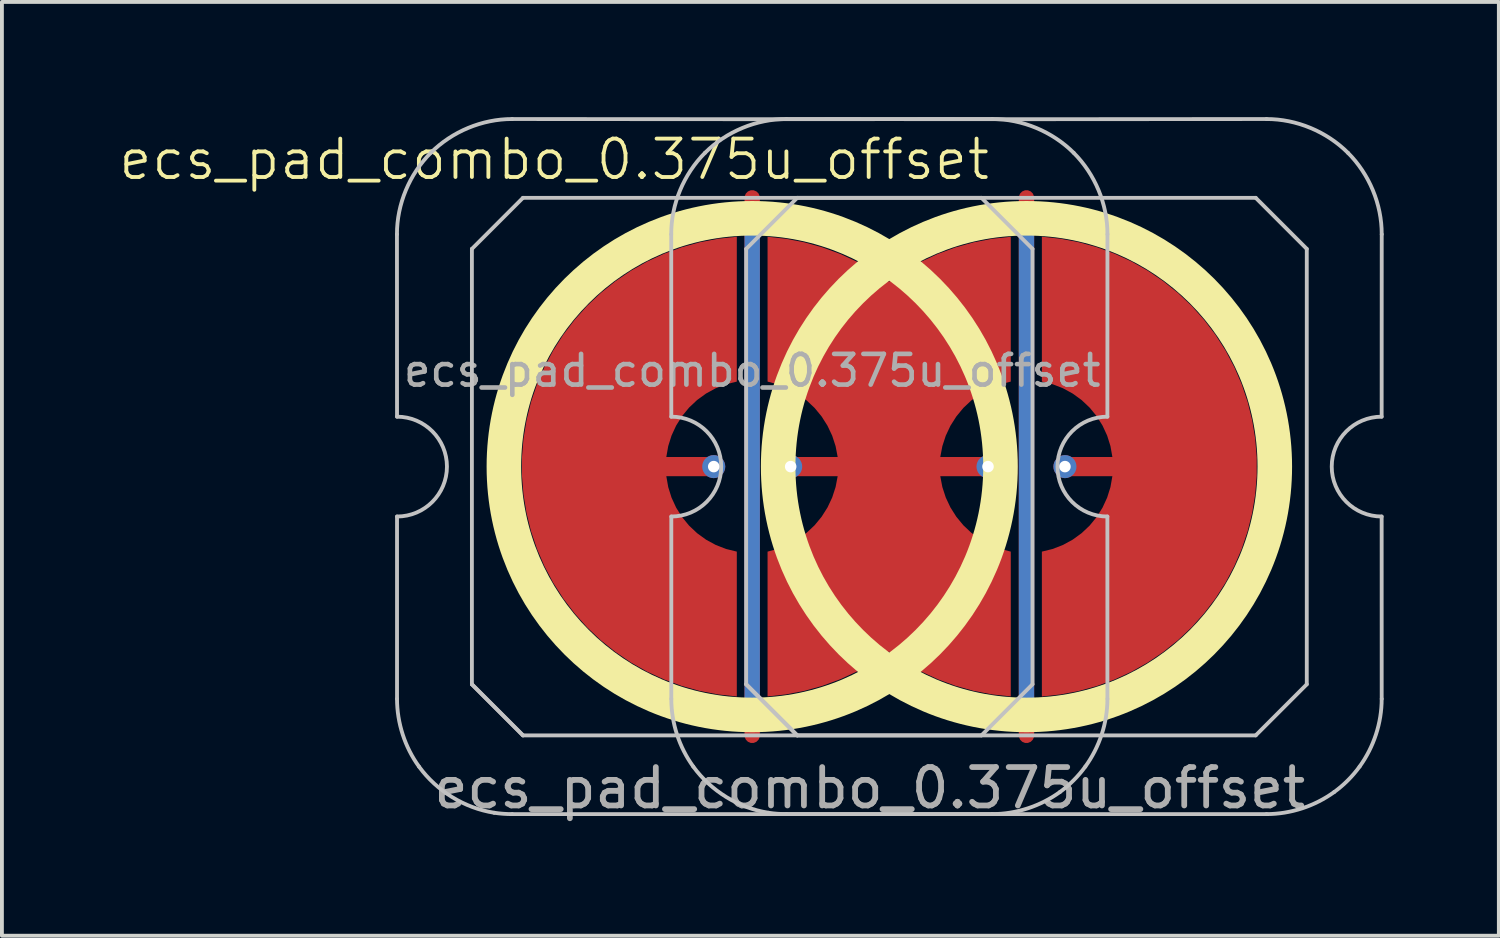
<source format=kicad_pcb>
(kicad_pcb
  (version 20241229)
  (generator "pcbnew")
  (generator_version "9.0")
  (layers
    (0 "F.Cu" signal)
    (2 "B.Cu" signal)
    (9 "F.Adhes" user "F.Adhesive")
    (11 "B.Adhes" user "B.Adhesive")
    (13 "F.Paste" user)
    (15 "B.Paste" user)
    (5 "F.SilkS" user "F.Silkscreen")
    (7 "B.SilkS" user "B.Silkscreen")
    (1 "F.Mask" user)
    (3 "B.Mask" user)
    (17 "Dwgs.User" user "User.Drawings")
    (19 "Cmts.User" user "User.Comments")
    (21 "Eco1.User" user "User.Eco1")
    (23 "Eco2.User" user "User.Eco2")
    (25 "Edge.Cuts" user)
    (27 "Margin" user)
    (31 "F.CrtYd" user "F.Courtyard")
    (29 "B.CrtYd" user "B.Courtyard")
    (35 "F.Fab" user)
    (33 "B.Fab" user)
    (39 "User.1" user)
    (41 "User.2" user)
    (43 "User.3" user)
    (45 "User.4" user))
  (footprint "ecs_pad_combo_0.375u_offset"
    (layer "F.Cu")
    (at 23.683 9.102)
    (property "Reference" "ecs_pad_combo_0.375u_offset" (at -12.3 -8 0) (unlocked yes) (layer "F.SilkS") (effects (font (size 1 1) (thickness 0.1))))
    (attr smd)
    (fp_circle (center -7.143 0) (end -0.676 0) (stroke (width 0.9) (type solid)) (fill no) (layer "F.SilkS"))
    (fp_circle (center 0 0) (end 6.467 0) (stroke (width 0.9) (type solid)) (fill no) (layer "F.SilkS"))
    (fp_line (start -16.395 -6.05) (end -16.393 -1.3) (stroke (width 0.1) (type solid)) (layer "Dwgs.User"))
    (fp_line (start -16.393 1.3) (end -16.393 6.049) (stroke (width 0.1) (type solid)) (layer "Dwgs.User"))
    (fp_line (start -14.443 -5.67) (end -13.113 -7) (stroke (width 0.1) (type solid)) (layer "Dwgs.User"))
    (fp_line (start -14.443 5.67) (end -14.443 -5.67) (stroke (width 0.1) (type solid)) (layer "Dwgs.User"))
    (fp_line (start -14.443 5.67) (end -13.113 7) (stroke (width 0.1) (type solid)) (layer "Dwgs.User"))
    (fp_line (start -13.113 -7) (end -1.173 -7) (stroke (width 0.1) (type solid)) (layer "Dwgs.User"))
    (fp_line (start -13.113 7) (end -14.443 5.67) (stroke (width 0.1) (type solid)) (layer "Dwgs.User"))
    (fp_line (start -9.252 -6.05) (end -9.25 -1.3) (stroke (width 0.1) (type solid)) (layer "Dwgs.User"))
    (fp_line (start -9.25 1.3) (end -9.25 6.049) (stroke (width 0.1) (type solid)) (layer "Dwgs.User"))
    (fp_line (start -7.3 -5.67) (end -5.97 -7) (stroke (width 0.1) (type solid)) (layer "Dwgs.User"))
    (fp_line (start -7.3 5.67) (end -7.3 -5.67) (stroke (width 0.1) (type solid)) (layer "Dwgs.User"))
    (fp_line (start -7.3 5.67) (end -5.97 7) (stroke (width 0.1) (type solid)) (layer "Dwgs.User"))
    (fp_line (start -5.97 -7) (end 5.97 -7) (stroke (width 0.1) (type solid)) (layer "Dwgs.User"))
    (fp_line (start -5.97 7) (end -7.3 5.67) (stroke (width 0.1) (type solid)) (layer "Dwgs.User"))
    (fp_line (start -1.173 -7) (end 0.157 -5.67) (stroke (width 0.1) (type solid)) (layer "Dwgs.User"))
    (fp_line (start -1.173 7) (end -13.113 7) (stroke (width 0.1) (type solid)) (layer "Dwgs.User"))
    (fp_line (start 0.157 -5.67) (end 0.157 5.67) (stroke (width 0.1) (type solid)) (layer "Dwgs.User"))
    (fp_line (start 0.157 5.67) (end -1.173 7) (stroke (width 0.1) (type solid)) (layer "Dwgs.User"))
    (fp_line (start 2.107 1.3) (end 2.108 6.049) (stroke (width 0.1) (type solid)) (layer "Dwgs.User"))
    (fp_line (start 2.109 -6.05) (end 2.107 -1.3) (stroke (width 0.1) (type solid)) (layer "Dwgs.User"))
    (fp_line (start 5.97 -7) (end 7.3 -5.67) (stroke (width 0.1) (type solid)) (layer "Dwgs.User"))
    (fp_line (start 5.97 7) (end -5.97 7) (stroke (width 0.1) (type solid)) (layer "Dwgs.User"))
    (fp_line (start 7.3 -5.67) (end 7.3 5.67) (stroke (width 0.1) (type solid)) (layer "Dwgs.User"))
    (fp_line (start 7.3 5.67) (end 5.97 7) (stroke (width 0.1) (type solid)) (layer "Dwgs.User"))
    (fp_line (start 9.25 1.3) (end 9.251 6.049) (stroke (width 0.1) (type solid)) (layer "Dwgs.User"))
    (fp_line (start 9.252 -6.05) (end 9.25 -1.3) (stroke (width 0.1) (type solid)) (layer "Dwgs.User"))
    (fp_arc (start -16.392954 -1.3) (mid -15.092954 0) (end -16.392954 1.3) (stroke (width 0.1) (type solid)) (layer "Dwgs.User"))
    (fp_arc (start -9.25 -1.3) (mid -7.95 0) (end -9.25 1.3) (stroke (width 0.1) (type solid)) (layer "Dwgs.User"))
    (fp_arc (start 2.107046 1.3) (mid 0.807046 0) (end 2.107046 -1.3) (stroke (width 0.1) (type solid)) (layer "Dwgs.User"))
    (fp_arc (start 9.25 1.3) (mid 7.949996 0) (end 9.25 -1.3) (stroke (width 0.1) (type solid)) (layer "Dwgs.User"))
    (fp_curve (pts (xy -16.393 6.049) (xy -16.393 6.677) (xy -16.189 7.307) (xy -15.82 7.814)) (stroke (width 0.1) (type solid)) (layer "Dwgs.User"))
    (fp_curve (pts (xy -15.82 7.814) (xy -15.358 8.449) (xy -14.639 8.893) (xy -13.863 9.015)) (stroke (width 0.1) (type solid)) (layer "Dwgs.User"))
    (fp_curve (pts (xy -15.514 -8.172) (xy -16.069 -7.618) (xy -16.397 -6.836) (xy -16.395 -6.05)) (stroke (width 0.1) (type solid)) (layer "Dwgs.User"))
    (fp_curve (pts (xy -13.863 9.015) (xy -13.707 9.039) (xy -13.55 9.05) (xy -13.393 9.05)) (stroke (width 0.1) (type solid)) (layer "Dwgs.User"))
    (fp_curve (pts (xy -13.393 9.05) (xy -9.261 9.052) (xy -5.026 9.05) (xy -0.893 9.05)) (stroke (width 0.1) (type solid)) (layer "Dwgs.User"))
    (fp_curve (pts (xy -13.393 -9.052) (xy -14.178 -9.053) (xy -14.96 -8.726) (xy -15.514 -8.172)) (stroke (width 0.1) (type solid)) (layer "Dwgs.User"))
    (fp_curve (pts (xy -9.25 6.049) (xy -9.25 6.677) (xy -9.046 7.307) (xy -8.677 7.814)) (stroke (width 0.1) (type solid)) (layer "Dwgs.User"))
    (fp_curve (pts (xy -8.677 7.814) (xy -8.215 8.449) (xy -7.496 8.893) (xy -6.72 9.015)) (stroke (width 0.1) (type solid)) (layer "Dwgs.User"))
    (fp_curve (pts (xy -8.372 -8.172) (xy -8.926 -7.618) (xy -9.254 -6.836) (xy -9.252 -6.05)) (stroke (width 0.1) (type solid)) (layer "Dwgs.User"))
    (fp_curve (pts (xy -6.72 9.015) (xy -6.564 9.039) (xy -6.407 9.05) (xy -6.25 9.05)) (stroke (width 0.1) (type solid)) (layer "Dwgs.User"))
    (fp_curve (pts (xy -6.25 9.05) (xy -2.118 9.052) (xy 2.117 9.05) (xy 6.25 9.05)) (stroke (width 0.1) (type solid)) (layer "Dwgs.User"))
    (fp_curve (pts (xy -6.25 -9.052) (xy -7.035 -9.053) (xy -7.817 -8.726) (xy -8.372 -8.172)) (stroke (width 0.1) (type solid)) (layer "Dwgs.User"))
    (fp_curve (pts (xy -0.893 -9.052) (xy -5.027 -9.046) (xy -9.259 -9.046) (xy -13.393 -9.052)) (stroke (width 0.1) (type solid)) (layer "Dwgs.User"))
    (fp_curve (pts (xy -0.893 9.05) (xy -0.265 9.05) (xy 0.361 8.844) (xy 0.87 8.476)) (stroke (width 0.1) (type solid)) (layer "Dwgs.User"))
    (fp_curve (pts (xy 0.87 8.476) (xy 1.124 8.291) (xy 1.349 8.066) (xy 1.533 7.812)) (stroke (width 0.1) (type solid)) (layer "Dwgs.User"))
    (fp_curve (pts (xy 1.229 -8.172) (xy 0.674 -8.726) (xy -0.108 -9.053) (xy -0.893 -9.052)) (stroke (width 0.1) (type solid)) (layer "Dwgs.User"))
    (fp_curve (pts (xy 1.533 7.812) (xy 1.902 7.303) (xy 2.108 6.678) (xy 2.108 6.049)) (stroke (width 0.1) (type solid)) (layer "Dwgs.User"))
    (fp_curve (pts (xy 2.109 -6.05) (xy 2.111 -6.836) (xy 1.783 -7.618) (xy 1.229 -8.172)) (stroke (width 0.1) (type solid)) (layer "Dwgs.User"))
    (fp_curve (pts (xy 6.25 -9.052) (xy 2.116 -9.046) (xy -2.116 -9.046) (xy -6.25 -9.052)) (stroke (width 0.1) (type solid)) (layer "Dwgs.User"))
    (fp_curve (pts (xy 6.25 9.05) (xy 6.878 9.05) (xy 7.504 8.844) (xy 8.013 8.476)) (stroke (width 0.1) (type solid)) (layer "Dwgs.User"))
    (fp_curve (pts (xy 8.013 8.476) (xy 8.267 8.291) (xy 8.492 8.066) (xy 8.676 7.812)) (stroke (width 0.1) (type solid)) (layer "Dwgs.User"))
    (fp_curve (pts (xy 8.372 -8.172) (xy 7.817 -8.726) (xy 7.035 -9.053) (xy 6.25 -9.052)) (stroke (width 0.1) (type solid)) (layer "Dwgs.User"))
    (fp_curve (pts (xy 8.676 7.812) (xy 9.045 7.303) (xy 9.251 6.678) (xy 9.251 6.049)) (stroke (width 0.1) (type solid)) (layer "Dwgs.User"))
    (fp_curve (pts (xy 9.252 -6.05) (xy 9.254 -6.836) (xy 8.926 -7.618) (xy 8.372 -8.172)) (stroke (width 0.1) (type solid)) (layer "Dwgs.User"))
    (fp_circle (center -7.143 0) (end -7.143 -1) (stroke (width 0.1) (type default)) (fill no) (layer "Eco1.User"))
    (fp_circle (center 0 0) (end 0 1) (stroke (width 0.1) (type default)) (fill no) (layer "Eco1.User"))
    (fp_text user "${REFERENCE}" (at -4.082 8.37 0) (unlocked yes) (layer "F.Fab") (effects (font (size 1 1) (thickness 0.15))))
    (fp_text user "${REFERENCE}" (at -7.143 -2.5 0) (layer "F.Fab") (effects (font (size 0.8 0.8) (thickness 0.12))))
    (pad "1" thru_hole circle (at -8.145 0 90) (size 0.6 0.6) (drill 0.3) (layers "*.Cu"))
    (pad "1" smd custom (at -8.144 0) (size 0.4 0.4) (layers "F.Cu") (options (anchor circle)) (primitives (gr_poly (pts (xy 0.6 -2.214) (xy 0.32 -2.145) (xy 0.052 -2.041) (xy -0.201 -1.903) (xy -0.434 -1.734) (xy -0.644 -1.536) (xy -0.826 -1.314) (xy -0.979 -1.07) (xy -1.1 -0.808) (xy -1.186 -0.534) (xy -1.236 -0.25) (xy 0 -0.25) (xy 0.096 -0.231) (xy 0.177 -0.177) (xy 0.231 -0.096) (xy 0.25 0) (xy 0.231 0.096) (xy 0.177 0.177) (xy 0.096 0.231) (xy 0 0.25) (xy -1.236 0.25) (xy -1.186 0.534) (xy -1.1 0.808) (xy -0.979 1.07) (xy -0.826 1.314) (xy -0.644 1.536) (xy -0.434 1.734) (xy -0.201 1.903) (xy 0.052 2.041) (xy 0.32 2.145) (xy 0.6 2.214) (xy 0.6 5.987) (xy 0.115 5.934) (xy -0.364 5.843) (xy -0.834 5.713) (xy -1.292 5.545) (xy -1.735 5.341) (xy -2.159 5.101) (xy -2.563 4.827) (xy -2.943 4.522) (xy -3.298 4.187) (xy -3.623 3.824) (xy -3.919 3.436) (xy -4.182 3.025) (xy -4.41 2.594) (xy -4.603 2.147) (xy -4.759 1.684) (xy -4.876 1.211) (xy -4.955 0.73) (xy -4.995 0.244) (xy -4.995 -0.244) (xy -4.955 -0.73) (xy -4.876 -1.211) (xy -4.759 -1.684) (xy -4.603 -2.147) (xy -4.41 -2.594) (xy -4.182 -3.025) (xy -3.919 -3.436) (xy -3.623 -3.824) (xy -3.298 -4.187) (xy -2.943 -4.522) (xy -2.563 -4.827) (xy -2.159 -5.101) (xy -1.735 -5.341) (xy -1.292 -5.545) (xy -0.834 -5.713) (xy -0.364 -5.843) (xy 0.115 -5.934) (xy 0.6 -5.987)) (width 0) (fill yes))))
    (pad "1" smd custom (at 1.001 0 180) (size 0.4 0.4) (layers "F.Cu") (options (anchor circle)) (primitives (gr_poly (pts (xy 0.6 -2.214) (xy 0.32 -2.145) (xy 0.052 -2.041) (xy -0.201 -1.903) (xy -0.434 -1.734) (xy -0.644 -1.536) (xy -0.826 -1.314) (xy -0.979 -1.07) (xy -1.1 -0.808) (xy -1.186 -0.534) (xy -1.236 -0.25) (xy 0 -0.25) (xy 0.096 -0.231) (xy 0.177 -0.177) (xy 0.231 -0.096) (xy 0.25 0) (xy 0.231 0.096) (xy 0.177 0.177) (xy 0.096 0.231) (xy 0 0.25) (xy -1.236 0.25) (xy -1.186 0.534) (xy -1.1 0.808) (xy -0.979 1.07) (xy -0.826 1.314) (xy -0.644 1.536) (xy -0.434 1.734) (xy -0.201 1.903) (xy 0.052 2.041) (xy 0.32 2.145) (xy 0.6 2.214) (xy 0.6 5.987) (xy 0.115 5.934) (xy -0.364 5.843) (xy -0.834 5.713) (xy -1.292 5.545) (xy -1.735 5.341) (xy -2.159 5.101) (xy -2.563 4.827) (xy -2.943 4.522) (xy -3.298 4.187) (xy -3.623 3.824) (xy -3.919 3.436) (xy -4.182 3.025) (xy -4.41 2.594) (xy -4.603 2.147) (xy -4.759 1.684) (xy -4.876 1.211) (xy -4.955 0.73) (xy -4.995 0.244) (xy -4.995 -0.244) (xy -4.955 -0.73) (xy -4.876 -1.211) (xy -4.759 -1.684) (xy -4.603 -2.147) (xy -4.41 -2.594) (xy -4.182 -3.025) (xy -3.919 -3.436) (xy -3.623 -3.824) (xy -3.298 -4.187) (xy -2.943 -4.522) (xy -2.563 -4.827) (xy -2.159 -5.101) (xy -1.735 -5.341) (xy -1.292 -5.545) (xy -0.834 -5.713) (xy -0.364 -5.843) (xy 0.115 -5.934) (xy 0.6 -5.987)) (width 0) (fill yes))))
    (pad "1" thru_hole circle (at 1.002 0 270) (size 0.6 0.6) (drill 0.3) (layers "*.Cu"))
    (pad "2" smd custom (at -6.153 0) (size 0.118 0.118) (layers "F.Cu") (options (anchor circle)) (primitives (gr_poly (pts (xy -0.096 -0.231) (xy -0.177 -0.177) (xy -0.231 -0.096) (xy -0.25 0) (xy -0.231 0.096) (xy -0.177 0.177) (xy -0.096 0.231) (xy 0 0.25) (xy 1.236 0.25) (xy 1.182 0.532) (xy 1.093 0.805) (xy 0.971 1.064) (xy 0.817 1.307) (xy 0.635 1.528) (xy 0.426 1.725) (xy 0.194 1.894) (xy -0.056 2.034) (xy -0.323 2.141) (xy -0.59 2.214) (xy -0.59 5.986) (xy -0.113 5.933) (xy 0.367 5.841) (xy 0.839 5.709) (xy 1.298 5.54) (xy 1.742 5.334) (xy 2.167 5.093) (xy 2.572 4.817) (xy 2.976 5.093) (xy 3.402 5.334) (xy 3.846 5.54) (xy 4.305 5.709) (xy 4.777 5.841) (xy 5.257 5.933) (xy 5.744 5.986) (xy 5.744 2.214) (xy 5.466 2.141) (xy 5.2 2.034) (xy 4.949 1.894) (xy 4.718 1.725) (xy 4.509 1.528) (xy 4.327 1.307) (xy 4.173 1.064) (xy 4.051 0.805) (xy 3.962 0.532) (xy 3.908 0.25) (xy 5.144 0.25) (xy 5.239 0.231) (xy 5.321 0.177) (xy 5.375 0.096) (xy 5.394 0) (xy 5.375 -0.096) (xy 5.321 -0.177) (xy 5.239 -0.231) (xy 5.144 -0.25) (xy 3.908 -0.25) (xy 3.962 -0.532) (xy 4.051 -0.805) (xy 4.173 -1.064) (xy 4.327 -1.307) (xy 4.509 -1.528) (xy 4.718 -1.725) (xy 4.949 -1.894) (xy 5.2 -2.034) (xy 5.466 -2.141) (xy 5.744 -2.214) (xy 5.744 -5.986) (xy 5.257 -5.933) (xy 4.777 -5.841) (xy 4.305 -5.709) (xy 3.846 -5.54) (xy 3.402 -5.334) (xy 2.976 -5.093) (xy 2.572 -4.817) (xy 2.167 -5.093) (xy 1.742 -5.334) (xy 1.298 -5.54) (xy 0.839 -5.709) (xy 0.367 -5.841) (xy -0.113 -5.933) (xy -0.59 -5.986) (xy -0.59 -2.214) (xy -0.323 -2.141) (xy -0.056 -2.034) (xy 0.194 -1.894) (xy 0.426 -1.725) (xy 0.635 -1.528) (xy 0.817 -1.307) (xy 0.971 -1.064) (xy 1.093 -0.805) (xy 1.182 -0.532) (xy 1.236 -0.25) (xy 0 -0.25)) (width 0) (fill yes))))
    (pad "2" thru_hole circle (at -6.141 0 90) (size 0.6 0.6) (drill 0.3) (layers "*.Cu"))
    (pad "2" thru_hole circle (at -1.002 0 270) (size 0.6 0.6) (drill 0.3) (layers "*.Cu"))
    (pad "3" smd custom (at -7.143 0) (size 0.4 0.4) (layers "F.Cu") (options (anchor rect)) (primitives (gr_line (start 0 -7) (end 0 7) (width 0.4))))
    (pad "3" smd custom (at -7.143 0 180) (size 0.4 0.4) (layers "B.Cu") (options (anchor rect)) (primitives (gr_line (start 0 -6.5) (end 0 6.5) (width 0.4))))
    (pad "3" smd custom (at 0 0) (size 0.4 0.4) (layers "F.Cu") (options (anchor rect)) (primitives (gr_line (start 0 -7) (end 0 7) (width 0.4))))
    (pad "3" smd custom (at 0 0) (size 0.4 0.4) (layers "B.Cu") (options (anchor rect)) (primitives (gr_line (start 0 -6.5) (end 0 6.5) (width 0.4))))
    (zone (net_name "") (layer "F.Cu") (hatch edge 0.508) (connect_pads) (min_thickness 0.254) (filled_areas_thickness no) (keepout (tracks allowed) (vias allowed) (pads allowed) (copperpour not_allowed) (footprints allowed)) (placement (enabled no)) (fill) (polygon (pts (xy 23.545 9.102) (xy 23.526 8.589) (xy 23.47 8.078) (xy 23.377 7.574) (xy 23.246 7.077) (xy 23.08 6.591) (xy 22.879 6.119) (xy 22.643 5.663) (xy 22.375 5.225) (xy 22.075 4.808) (xy 21.746 4.415) (xy 21.389 4.046) (xy 21.005 3.704) (xy 20.598 3.392) (xy 20.169 3.11) (xy 19.721 2.86) (xy 19.255 2.644) (xy 18.775 2.463) (xy 18.282 2.317) (xy 17.781 2.208) (xy 17.273 2.135) (xy 16.76 2.1) (xy 16.247 2.103) (xy 15.735 2.143) (xy 15.228 2.221) (xy 14.727 2.335) (xy 14.237 2.486) (xy 13.758 2.673) (xy 13.295 2.894) (xy 12.849 3.148) (xy 12.423 3.435) (xy 12.019 3.751) (xy 11.639 4.097) (xy 11.286 4.469) (xy 10.961 4.867) (xy 10.666 5.287) (xy 10.402 5.727) (xy 10.171 6.186) (xy 9.975 6.66) (xy 9.814 7.147) (xy 9.689 7.645) (xy 9.6 8.151) (xy 9.549 8.662) (xy 9.536 9.175) (xy 9.56 9.688) (xy 9.622 10.198) (xy 9.721 10.701) (xy 9.856 11.196) (xy 10.027 11.68) (xy 10.234 12.15) (xy 10.474 12.604) (xy 10.747 13.039) (xy 11.051 13.453) (xy 11.384 13.843) (xy 11.745 14.208) (xy 12.132 14.546) (xy 12.543 14.854) (xy 12.975 15.131) (xy 13.426 15.376) (xy 13.894 15.587) (xy 14.376 15.764) (xy 14.869 15.904) (xy 15.372 16.009) (xy 15.881 16.076) (xy 16.394 16.105) (xy 16.907 16.097) (xy 17.418 16.051) (xy 17.925 15.968) (xy 18.424 15.849) (xy 18.913 15.692) (xy 19.39 15.501) (xy 19.851 15.275) (xy 20.294 15.016) (xy 20.717 14.725) (xy 21.118 14.404) (xy 21.494 14.055) (xy 21.843 13.679) (xy 22.164 13.278) (xy 22.455 12.855) (xy 22.714 12.412) (xy 22.94 11.951) (xy 23.131 11.475) (xy 23.287 10.985) (xy 23.407 10.486) (xy 23.49 9.98) (xy 23.536 9.468))))
    (zone (net_name "") (layer "F.Cu") (hatch edge 0.508) (connect_pads) (min_thickness 0.254) (filled_areas_thickness no) (keepout (tracks allowed) (vias allowed) (pads allowed) (copperpour not_allowed) (footprints allowed)) (placement (enabled no)) (fill) (polygon (pts (xy 30.688 9.102) (xy 30.669 8.589) (xy 30.613 8.078) (xy 30.52 7.574) (xy 30.389 7.077) (xy 30.223 6.591) (xy 30.022 6.119) (xy 29.786 5.663) (xy 29.518 5.225) (xy 29.218 4.808) (xy 28.889 4.415) (xy 28.532 4.046) (xy 28.148 3.704) (xy 27.741 3.392) (xy 27.312 3.11) (xy 26.863 2.86) (xy 26.398 2.644) (xy 25.918 2.463) (xy 25.425 2.317) (xy 24.924 2.208) (xy 24.416 2.135) (xy 23.903 2.1) (xy 23.39 2.103) (xy 22.878 2.143) (xy 22.371 2.221) (xy 21.87 2.335) (xy 21.38 2.486) (xy 20.901 2.673) (xy 20.438 2.894) (xy 19.992 3.148) (xy 19.566 3.435) (xy 19.162 3.751) (xy 18.782 4.097) (xy 18.429 4.469) (xy 18.104 4.867) (xy 17.809 5.287) (xy 17.545 5.727) (xy 17.314 6.186) (xy 17.118 6.66) (xy 16.957 7.147) (xy 16.832 7.645) (xy 16.743 8.151) (xy 16.692 8.662) (xy 16.679 9.175) (xy 16.703 9.688) (xy 16.765 10.198) (xy 16.864 10.701) (xy 16.999 11.196) (xy 17.17 11.68) (xy 17.377 12.15) (xy 17.617 12.604) (xy 17.89 13.039) (xy 18.194 13.453) (xy 18.527 13.843) (xy 18.888 14.208) (xy 19.275 14.546) (xy 19.686 14.854) (xy 20.118 15.131) (xy 20.569 15.376) (xy 21.037 15.587) (xy 21.519 15.764) (xy 22.012 15.904) (xy 22.515 16.009) (xy 23.024 16.076) (xy 23.537 16.105) (xy 24.05 16.097) (xy 24.561 16.051) (xy 25.068 15.968) (xy 25.567 15.849) (xy 26.056 15.692) (xy 26.532 15.501) (xy 26.994 15.275) (xy 27.437 15.016) (xy 27.86 14.725) (xy 28.26 14.404) (xy 28.637 14.055) (xy 28.986 13.679) (xy 29.307 13.278) (xy 29.598 12.855) (xy 29.857 12.412) (xy 30.083 11.951) (xy 30.274 11.475) (xy 30.43 10.985) (xy 30.55 10.486) (xy 30.633 9.98) (xy 30.679 9.468))))
    (zone (net_name "") (layer "B.Cu") (hatch edge 0.508) (connect_pads) (min_thickness 0.254) (filled_areas_thickness no) (keepout (tracks allowed) (vias allowed) (pads allowed) (copperpour not_allowed) (footprints allowed)) (placement (enabled no)) (fill) (polygon (pts (xy 23.099 9.102) (xy 23.078 8.587) (xy 23.018 8.076) (xy 22.917 7.571) (xy 22.778 7.075) (xy 22.599 6.592) (xy 22.384 6.124) (xy 22.132 5.675) (xy 21.846 5.247) (xy 21.527 4.842) (xy 21.178 4.464) (xy 20.8 4.115) (xy 20.395 3.796) (xy 19.967 3.51) (xy 19.518 3.258) (xy 19.05 3.043) (xy 18.567 2.864) (xy 18.071 2.725) (xy 17.566 2.624) (xy 17.055 2.564) (xy 16.54 2.543) (xy 16.026 2.564) (xy 15.514 2.624) (xy 15.009 2.725) (xy 14.514 2.864) (xy 14.031 3.043) (xy 13.563 3.258) (xy 13.114 3.51) (xy 12.686 3.796) (xy 12.281 4.115) (xy 11.903 4.464) (xy 11.553 4.842) (xy 11.235 5.247) (xy 10.949 5.675) (xy 10.697 6.124) (xy 10.481 6.592) (xy 10.303 7.075) (xy 10.163 7.571) (xy 10.063 8.076) (xy 10.002 8.587) (xy 9.982 9.102) (xy 10.002 9.616) (xy 10.063 10.128) (xy 10.163 10.633) (xy 10.303 11.128) (xy 10.481 11.611) (xy 10.697 12.079) (xy 10.949 12.528) (xy 11.235 12.957) (xy 11.553 13.361) (xy 11.903 13.739) (xy 12.281 14.089) (xy 12.686 14.407) (xy 13.114 14.694) (xy 13.563 14.945) (xy 14.031 15.161) (xy 14.514 15.339) (xy 15.009 15.479) (xy 15.514 15.579) (xy 16.026 15.64) (xy 16.54 15.66) (xy 17.055 15.64) (xy 17.566 15.579) (xy 18.071 15.479) (xy 18.567 15.339) (xy 19.05 15.161) (xy 19.518 14.945) (xy 19.967 14.694) (xy 20.395 14.407) (xy 20.8 14.089) (xy 21.178 13.739) (xy 21.527 13.361) (xy 21.846 12.957) (xy 22.132 12.528) (xy 22.384 12.079) (xy 22.599 11.611) (xy 22.778 11.128) (xy 22.917 10.633) (xy 23.018 10.128) (xy 23.078 9.616))))
    (zone (net_name "") (layer "B.Cu") (hatch edge 0.508) (connect_pads) (min_thickness 0.254) (filled_areas_thickness no) (keepout (tracks allowed) (vias allowed) (pads allowed) (copperpour not_allowed) (footprints allowed)) (placement (enabled no)) (fill) (polygon (pts (xy 30.242 9.102) (xy 30.221 8.587) (xy 30.161 8.076) (xy 30.06 7.571) (xy 29.921 7.075) (xy 29.742 6.592) (xy 29.527 6.124) (xy 29.275 5.675) (xy 28.989 5.247) (xy 28.67 4.842) (xy 28.321 4.464) (xy 27.943 4.115) (xy 27.538 3.796) (xy 27.11 3.51) (xy 26.661 3.258) (xy 26.193 3.043) (xy 25.71 2.864) (xy 25.214 2.725) (xy 24.709 2.624) (xy 24.198 2.564) (xy 23.683 2.543) (xy 23.169 2.564) (xy 22.657 2.624) (xy 22.152 2.725) (xy 21.657 2.864) (xy 21.174 3.043) (xy 20.706 3.258) (xy 20.257 3.51) (xy 19.828 3.796) (xy 19.424 4.115) (xy 19.046 4.464) (xy 18.696 4.842) (xy 18.378 5.247) (xy 18.092 5.675) (xy 17.84 6.124) (xy 17.624 6.592) (xy 17.446 7.075) (xy 17.306 7.571) (xy 17.206 8.076) (xy 17.145 8.587) (xy 17.125 9.102) (xy 17.145 9.616) (xy 17.206 10.128) (xy 17.306 10.633) (xy 17.446 11.128) (xy 17.624 11.611) (xy 17.84 12.079) (xy 18.092 12.528) (xy 18.378 12.957) (xy 18.696 13.361) (xy 19.046 13.739) (xy 19.424 14.089) (xy 19.828 14.407) (xy 20.257 14.694) (xy 20.706 14.945) (xy 21.174 15.161) (xy 21.657 15.339) (xy 22.152 15.479) (xy 22.657 15.579) (xy 23.169 15.64) (xy 23.683 15.66) (xy 24.198 15.64) (xy 24.709 15.579) (xy 25.214 15.479) (xy 25.71 15.339) (xy 26.193 15.161) (xy 26.661 14.945) (xy 27.11 14.694) (xy 27.538 14.407) (xy 27.943 14.089) (xy 28.321 13.739) (xy 28.67 13.361) (xy 28.989 12.957) (xy 29.275 12.528) (xy 29.527 12.079) (xy 29.742 11.611) (xy 29.921 11.128) (xy 30.06 10.633) (xy 30.161 10.128) (xy 30.221 9.616)))))
  (gr_rect
    (start -3 -3)
    (end 35.985 21.32)
    (stroke (width 0.1) (type default))
    (fill no)
    (layer "Edge.Cuts")))
</source>
